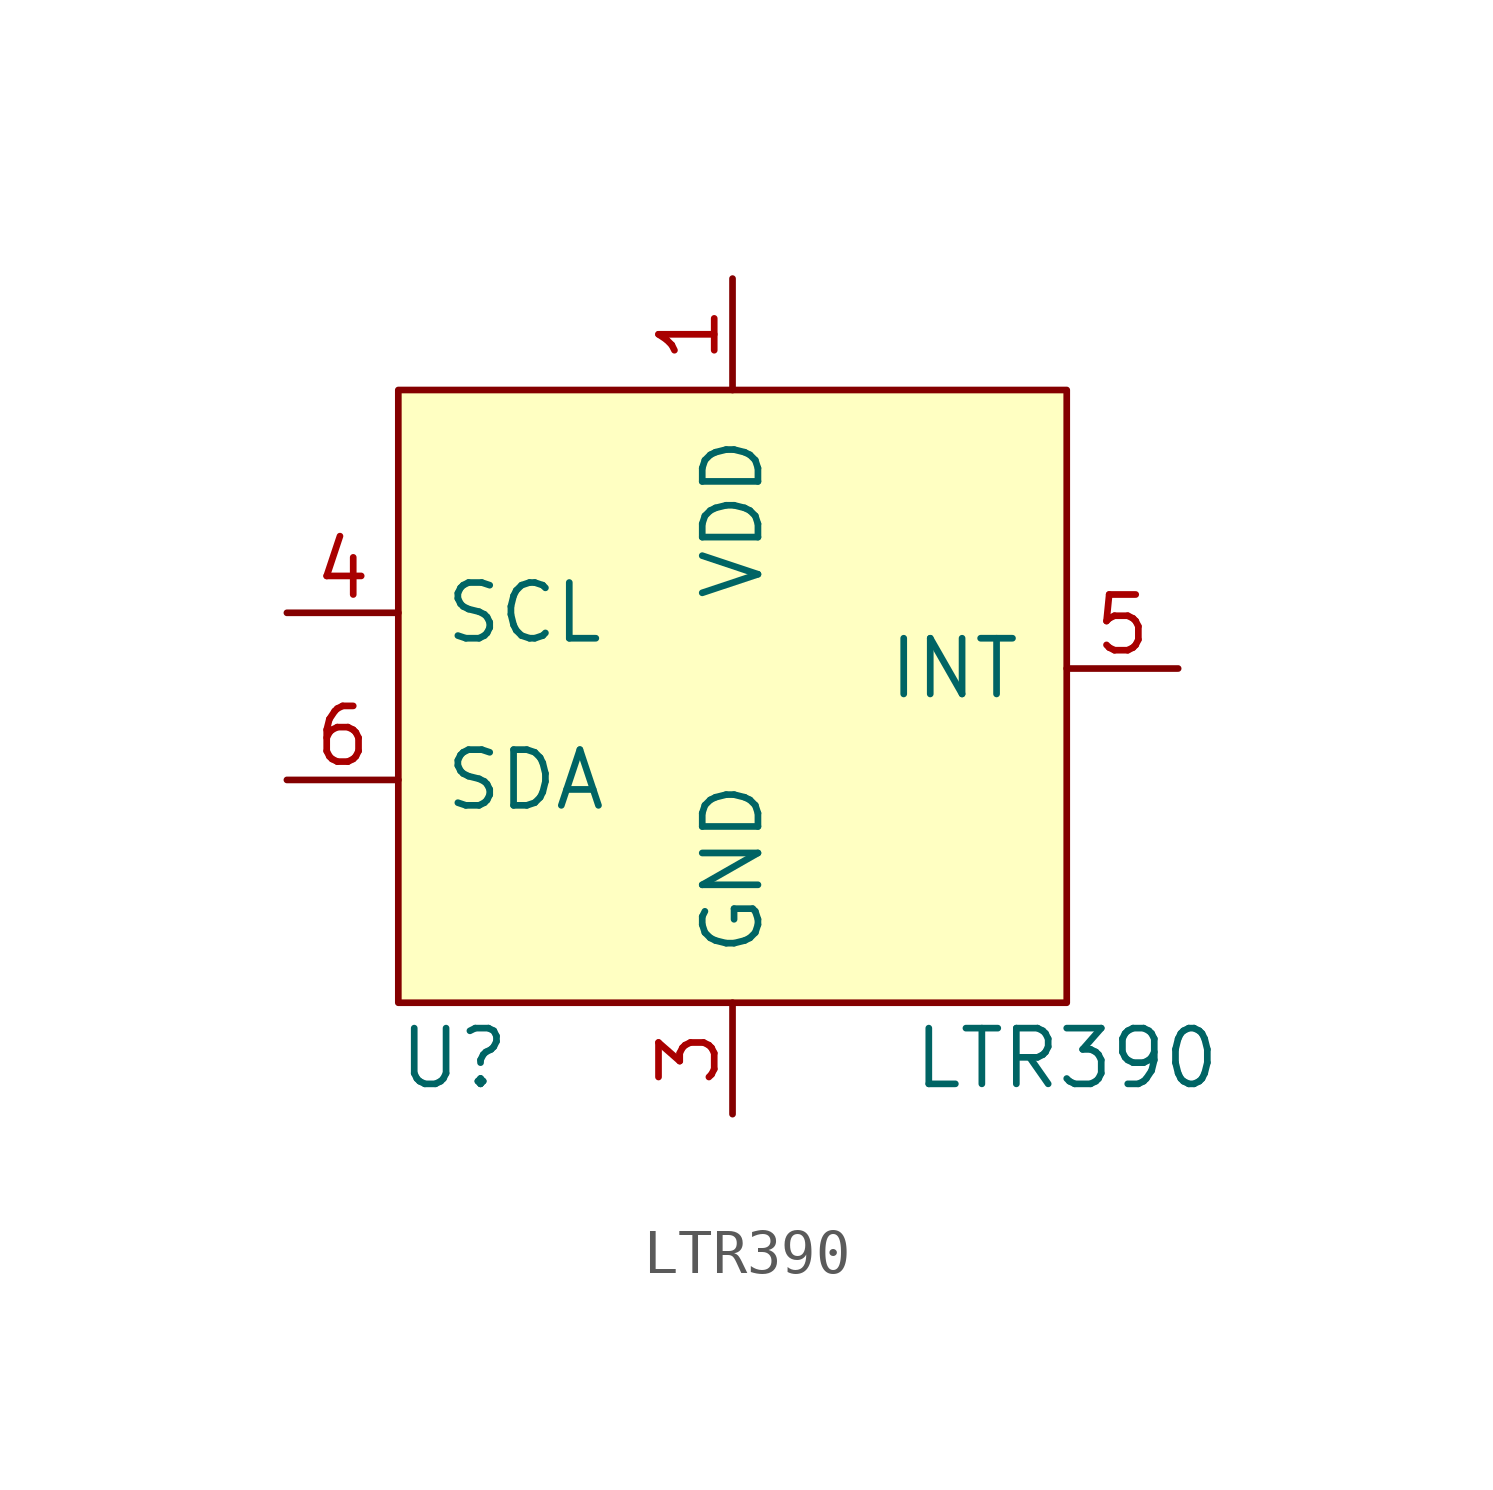
<source format=kicad_sym>
(kicad_symbol_lib
  (version 20211014)
  (generator kicad_symbol_editor)
  (symbol "LTR390"
    (pin_names
      (offset 1.016))
    (property "Reference" "U"
      (at -6.35 -15.24 0)
      (effects (font (size 1.27 1.27))))
    (property "Value" "LTR390"
      (at 7.62 -15.24 0)
      (effects (font (size 1.27 1.27))))
    (symbol "LTR390_0_1"
      (rectangle (start -7.62 0) (end 7.62 -13.97) (stroke (width 0) (type default) (color 0 0 0 0)) (fill (type background))))
    (symbol "LTR390_1_1"
      (pin bidirectional line (at 0 2.54 270) (length 2.54) (name "VDD" (effects (font (size 1.27 1.27)))) (number "1" (effects (font (size 1.27 1.27)))))
      (pin bidirectional line (at 0 -16.51 90) (length 2.54) (name "GND" (effects (font (size 1.27 1.27)))) (number "3" (effects (font (size 1.27 1.27)))))
      (pin bidirectional line (at -10.16 -5.08 0) (length 2.54) (name "SCL" (effects (font (size 1.27 1.27)))) (number "4" (effects (font (size 1.27 1.27)))))
      (pin bidirectional line (at 10.16 -6.35 180) (length 2.54) (name "INT" (effects (font (size 1.27 1.27)))) (number "5" (effects (font (size 1.27 1.27)))))
      (pin bidirectional line (at -10.16 -8.89 0) (length 2.54) (name "SDA" (effects (font (size 1.27 1.27)))) (number "6" (effects (font (size 1.27 1.27))))))))
</source>
